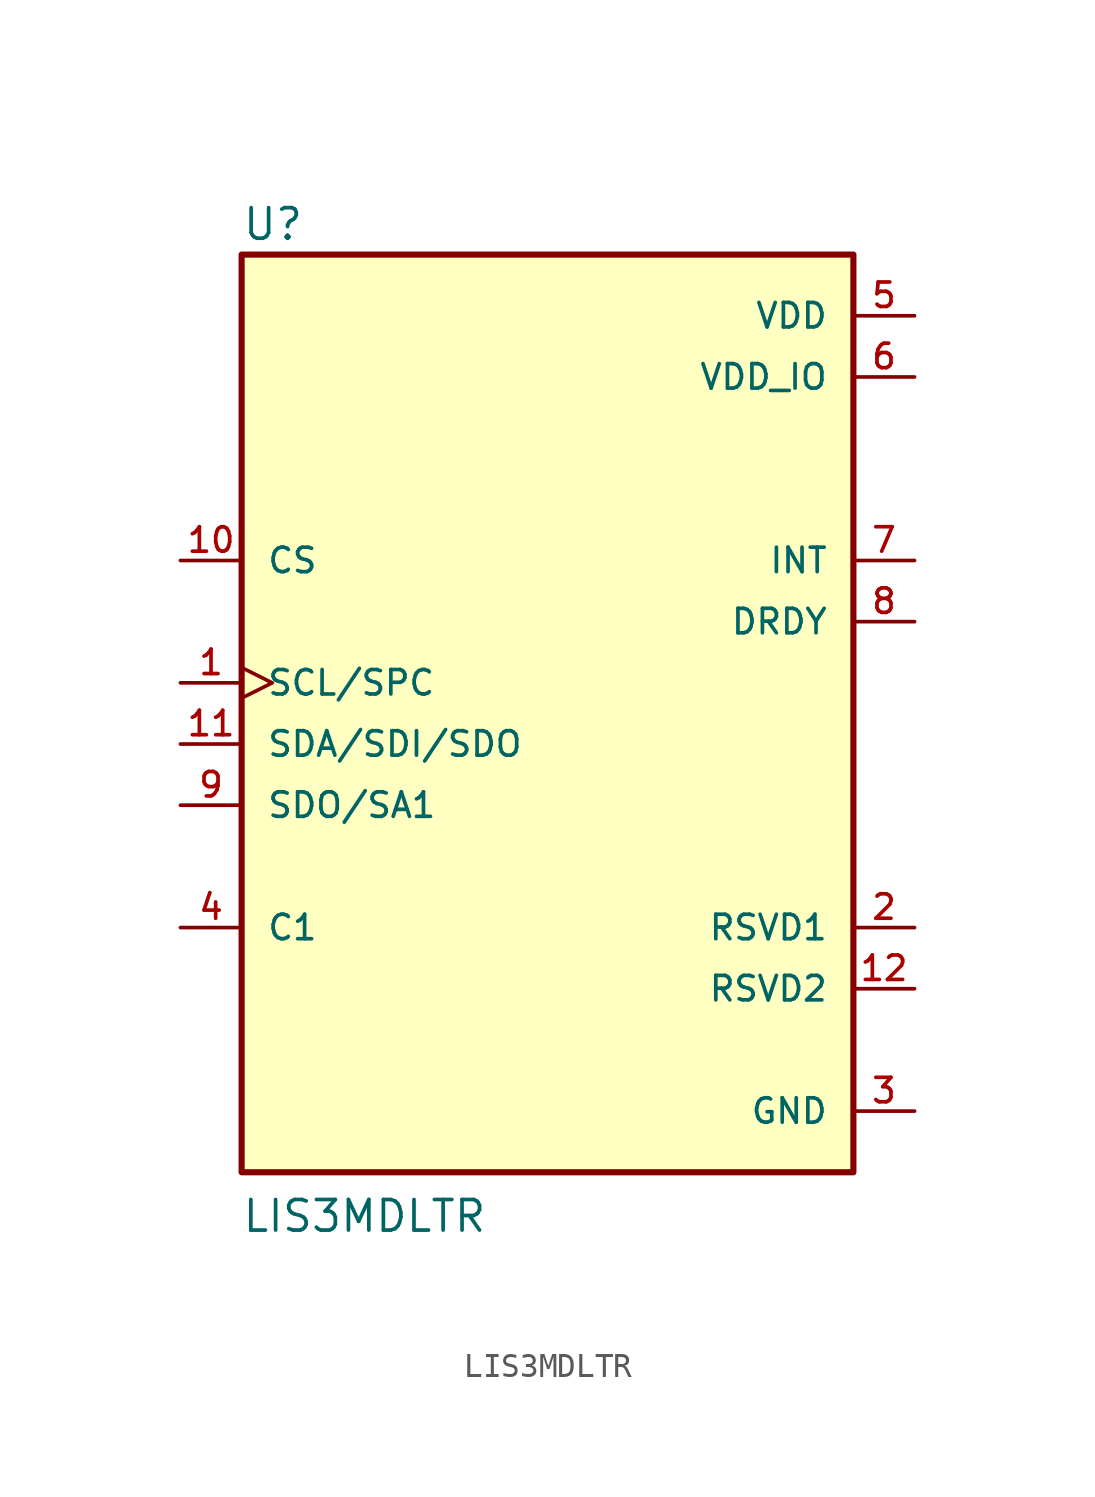
<source format=kicad_sym>
(kicad_symbol_lib
  (version 20211014)
  (generator kicad_symbol_editor)
  (symbol "LIS3MDLTR"
    (pin_names
      (offset 1.016))
    (property "Reference" "U"
      (at -12.707 18.295 0)
      (effects (font (size 1.27 1.27)) (justify bottom left)))
    (property "Value" "LIS3MDLTR"
      (at -12.719 -22.883 0)
      (effects (font (size 1.27 1.27)) (justify bottom left)))
    (symbol "LIS3MDLTR_0_0"
      (rectangle (start -12.7 -20.32) (end 12.7 17.78) (stroke (width 0.254)) (fill (type background)))
      (pin input clock (at -15.24 0.0 0) (length 2.54) (name "SCL/SPC" (effects (font (size 1.016 1.016)))) (number "1" (effects (font (size 1.016 1.016)))))
      (pin power_in line (at 15.24 -17.78 180.0) (length 2.54) (name "GND" (effects (font (size 1.016 1.016)))) (number "3" (effects (font (size 1.016 1.016)))))
      (pin passive line (at -15.24 -10.16 0) (length 2.54) (name "C1" (effects (font (size 1.016 1.016)))) (number "4" (effects (font (size 1.016 1.016)))))
      (pin power_in line (at 15.24 15.24 180.0) (length 2.54) (name "VDD" (effects (font (size 1.016 1.016)))) (number "5" (effects (font (size 1.016 1.016)))))
      (pin power_in line (at 15.24 12.7 180.0) (length 2.54) (name "VDD_IO" (effects (font (size 1.016 1.016)))) (number "6" (effects (font (size 1.016 1.016)))))
      (pin output line (at 15.24 5.08 180.0) (length 2.54) (name "INT" (effects (font (size 1.016 1.016)))) (number "7" (effects (font (size 1.016 1.016)))))
      (pin output line (at 15.24 2.54 180.0) (length 2.54) (name "DRDY" (effects (font (size 1.016 1.016)))) (number "8" (effects (font (size 1.016 1.016)))))
      (pin bidirectional line (at -15.24 -5.08 0) (length 2.54) (name "SDO/SA1" (effects (font (size 1.016 1.016)))) (number "9" (effects (font (size 1.016 1.016)))))
      (pin input line (at -15.24 5.08 0) (length 2.54) (name "CS" (effects (font (size 1.016 1.016)))) (number "10" (effects (font (size 1.016 1.016)))))
      (pin bidirectional line (at -15.24 -2.54 0) (length 2.54) (name "SDA/SDI/SDO" (effects (font (size 1.016 1.016)))) (number "11" (effects (font (size 1.016 1.016)))))
      (pin passive line (at 15.24 -12.7 180.0) (length 2.54) (name "RSVD2" (effects (font (size 1.016 1.016)))) (number "12" (effects (font (size 1.016 1.016)))))
      (pin passive line (at 15.24 -10.16 180.0) (length 2.54) (name "RSVD1" (effects (font (size 1.016 1.016)))) (number "2" (effects (font (size 1.016 1.016))))))))
</source>
